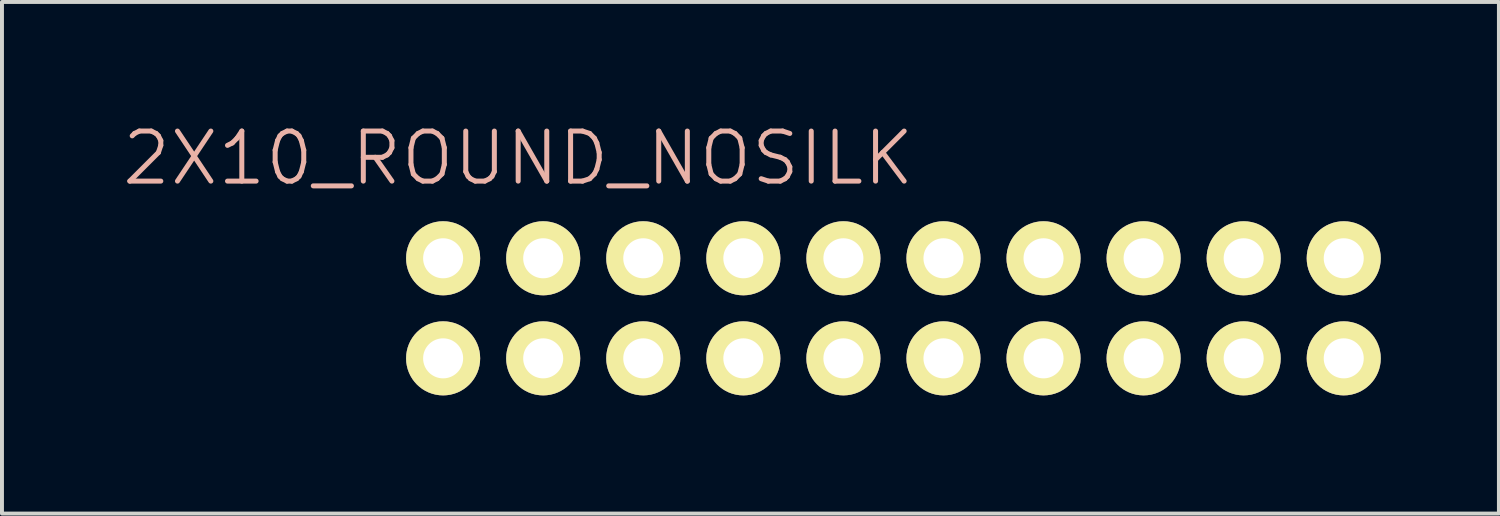
<source format=kicad_pcb>
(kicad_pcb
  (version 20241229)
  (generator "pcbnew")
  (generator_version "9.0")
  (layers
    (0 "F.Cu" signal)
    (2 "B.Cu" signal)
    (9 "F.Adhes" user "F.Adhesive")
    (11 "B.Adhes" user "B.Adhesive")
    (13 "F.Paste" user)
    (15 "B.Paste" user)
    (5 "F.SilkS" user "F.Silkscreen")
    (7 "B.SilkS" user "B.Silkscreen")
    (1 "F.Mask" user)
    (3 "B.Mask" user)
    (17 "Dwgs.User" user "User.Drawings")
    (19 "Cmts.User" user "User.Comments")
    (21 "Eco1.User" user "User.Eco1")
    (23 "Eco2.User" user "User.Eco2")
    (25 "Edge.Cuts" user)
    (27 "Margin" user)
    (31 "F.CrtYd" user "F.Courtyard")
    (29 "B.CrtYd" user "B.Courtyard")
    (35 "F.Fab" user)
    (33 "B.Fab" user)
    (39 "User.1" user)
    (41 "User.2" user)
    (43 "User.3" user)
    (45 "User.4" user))
  (footprint "2X10_ROUND_NOSILK"
    (layer "F.Cu")
    (at 19.628 4.776)
    (property "Reference" "2X10_ROUND_NOSILK" (at -9.525 -3.81 0) (layer "B.SilkS") (effects (font (size 1.27 1.27) (thickness 0.127))))
    (attr exclude_from_pos_files exclude_from_bom)
    (fp_line (start -11.684 -1.524) (end -11.176 -1.524) (stroke (width 0.066) (type solid)) (layer "F.SilkS"))
    (fp_line (start -11.684 -1.016) (end -11.684 -1.524) (stroke (width 0.066) (type solid)) (layer "F.SilkS"))
    (fp_line (start -11.684 -1.016) (end -11.176 -1.016) (stroke (width 0.066) (type solid)) (layer "F.SilkS"))
    (fp_line (start -11.684 1.016) (end -11.176 1.016) (stroke (width 0.066) (type solid)) (layer "F.SilkS"))
    (fp_line (start -11.684 1.524) (end -11.684 1.016) (stroke (width 0.066) (type solid)) (layer "F.SilkS"))
    (fp_line (start -11.684 1.524) (end -11.176 1.524) (stroke (width 0.066) (type solid)) (layer "F.SilkS"))
    (fp_line (start -11.176 -1.016) (end -11.176 -1.524) (stroke (width 0.066) (type solid)) (layer "F.SilkS"))
    (fp_line (start -11.176 1.524) (end -11.176 1.016) (stroke (width 0.066) (type solid)) (layer "F.SilkS"))
    (fp_line (start -9.144 -1.524) (end -8.636 -1.524) (stroke (width 0.066) (type solid)) (layer "F.SilkS"))
    (fp_line (start -9.144 -1.016) (end -9.144 -1.524) (stroke (width 0.066) (type solid)) (layer "F.SilkS"))
    (fp_line (start -9.144 -1.016) (end -8.636 -1.016) (stroke (width 0.066) (type solid)) (layer "F.SilkS"))
    (fp_line (start -9.144 1.016) (end -8.636 1.016) (stroke (width 0.066) (type solid)) (layer "F.SilkS"))
    (fp_line (start -9.144 1.524) (end -9.144 1.016) (stroke (width 0.066) (type solid)) (layer "F.SilkS"))
    (fp_line (start -9.144 1.524) (end -8.636 1.524) (stroke (width 0.066) (type solid)) (layer "F.SilkS"))
    (fp_line (start -8.636 -1.016) (end -8.636 -1.524) (stroke (width 0.066) (type solid)) (layer "F.SilkS"))
    (fp_line (start -8.636 1.524) (end -8.636 1.016) (stroke (width 0.066) (type solid)) (layer "F.SilkS"))
    (fp_line (start -6.604 -1.524) (end -6.096 -1.524) (stroke (width 0.066) (type solid)) (layer "F.SilkS"))
    (fp_line (start -6.604 -1.016) (end -6.604 -1.524) (stroke (width 0.066) (type solid)) (layer "F.SilkS"))
    (fp_line (start -6.604 -1.016) (end -6.096 -1.016) (stroke (width 0.066) (type solid)) (layer "F.SilkS"))
    (fp_line (start -6.604 1.016) (end -6.096 1.016) (stroke (width 0.066) (type solid)) (layer "F.SilkS"))
    (fp_line (start -6.604 1.524) (end -6.604 1.016) (stroke (width 0.066) (type solid)) (layer "F.SilkS"))
    (fp_line (start -6.604 1.524) (end -6.096 1.524) (stroke (width 0.066) (type solid)) (layer "F.SilkS"))
    (fp_line (start -6.096 -1.016) (end -6.096 -1.524) (stroke (width 0.066) (type solid)) (layer "F.SilkS"))
    (fp_line (start -6.096 1.524) (end -6.096 1.016) (stroke (width 0.066) (type solid)) (layer "F.SilkS"))
    (fp_line (start -4.064 -1.524) (end -3.556 -1.524) (stroke (width 0.066) (type solid)) (layer "F.SilkS"))
    (fp_line (start -4.064 -1.016) (end -4.064 -1.524) (stroke (width 0.066) (type solid)) (layer "F.SilkS"))
    (fp_line (start -4.064 -1.016) (end -3.556 -1.016) (stroke (width 0.066) (type solid)) (layer "F.SilkS"))
    (fp_line (start -4.064 1.016) (end -3.556 1.016) (stroke (width 0.066) (type solid)) (layer "F.SilkS"))
    (fp_line (start -4.064 1.524) (end -4.064 1.016) (stroke (width 0.066) (type solid)) (layer "F.SilkS"))
    (fp_line (start -4.064 1.524) (end -3.556 1.524) (stroke (width 0.066) (type solid)) (layer "F.SilkS"))
    (fp_line (start -3.556 -1.016) (end -3.556 -1.524) (stroke (width 0.066) (type solid)) (layer "F.SilkS"))
    (fp_line (start -3.556 1.524) (end -3.556 1.016) (stroke (width 0.066) (type solid)) (layer "F.SilkS"))
    (fp_line (start -1.524 -1.524) (end -1.016 -1.524) (stroke (width 0.066) (type solid)) (layer "F.SilkS"))
    (fp_line (start -1.524 -1.016) (end -1.524 -1.524) (stroke (width 0.066) (type solid)) (layer "F.SilkS"))
    (fp_line (start -1.524 -1.016) (end -1.016 -1.016) (stroke (width 0.066) (type solid)) (layer "F.SilkS"))
    (fp_line (start -1.524 1.016) (end -1.016 1.016) (stroke (width 0.066) (type solid)) (layer "F.SilkS"))
    (fp_line (start -1.524 1.524) (end -1.524 1.016) (stroke (width 0.066) (type solid)) (layer "F.SilkS"))
    (fp_line (start -1.524 1.524) (end -1.016 1.524) (stroke (width 0.066) (type solid)) (layer "F.SilkS"))
    (fp_line (start -1.016 -1.016) (end -1.016 -1.524) (stroke (width 0.066) (type solid)) (layer "F.SilkS"))
    (fp_line (start -1.016 1.524) (end -1.016 1.016) (stroke (width 0.066) (type solid)) (layer "F.SilkS"))
    (fp_line (start 1.016 -1.524) (end 1.524 -1.524) (stroke (width 0.066) (type solid)) (layer "F.SilkS"))
    (fp_line (start 1.016 -1.016) (end 1.016 -1.524) (stroke (width 0.066) (type solid)) (layer "F.SilkS"))
    (fp_line (start 1.016 -1.016) (end 1.524 -1.016) (stroke (width 0.066) (type solid)) (layer "F.SilkS"))
    (fp_line (start 1.016 1.016) (end 1.524 1.016) (stroke (width 0.066) (type solid)) (layer "F.SilkS"))
    (fp_line (start 1.016 1.524) (end 1.016 1.016) (stroke (width 0.066) (type solid)) (layer "F.SilkS"))
    (fp_line (start 1.016 1.524) (end 1.524 1.524) (stroke (width 0.066) (type solid)) (layer "F.SilkS"))
    (fp_line (start 1.524 -1.016) (end 1.524 -1.524) (stroke (width 0.066) (type solid)) (layer "F.SilkS"))
    (fp_line (start 1.524 1.524) (end 1.524 1.016) (stroke (width 0.066) (type solid)) (layer "F.SilkS"))
    (fp_line (start 3.556 -1.524) (end 4.064 -1.524) (stroke (width 0.066) (type solid)) (layer "F.SilkS"))
    (fp_line (start 3.556 -1.016) (end 3.556 -1.524) (stroke (width 0.066) (type solid)) (layer "F.SilkS"))
    (fp_line (start 3.556 -1.016) (end 4.064 -1.016) (stroke (width 0.066) (type solid)) (layer "F.SilkS"))
    (fp_line (start 3.556 1.016) (end 4.064 1.016) (stroke (width 0.066) (type solid)) (layer "F.SilkS"))
    (fp_line (start 3.556 1.524) (end 3.556 1.016) (stroke (width 0.066) (type solid)) (layer "F.SilkS"))
    (fp_line (start 3.556 1.524) (end 4.064 1.524) (stroke (width 0.066) (type solid)) (layer "F.SilkS"))
    (fp_line (start 4.064 -1.016) (end 4.064 -1.524) (stroke (width 0.066) (type solid)) (layer "F.SilkS"))
    (fp_line (start 4.064 1.524) (end 4.064 1.016) (stroke (width 0.066) (type solid)) (layer "F.SilkS"))
    (fp_line (start 6.096 -1.524) (end 6.604 -1.524) (stroke (width 0.066) (type solid)) (layer "F.SilkS"))
    (fp_line (start 6.096 -1.016) (end 6.096 -1.524) (stroke (width 0.066) (type solid)) (layer "F.SilkS"))
    (fp_line (start 6.096 -1.016) (end 6.604 -1.016) (stroke (width 0.066) (type solid)) (layer "F.SilkS"))
    (fp_line (start 6.096 1.016) (end 6.604 1.016) (stroke (width 0.066) (type solid)) (layer "F.SilkS"))
    (fp_line (start 6.096 1.524) (end 6.096 1.016) (stroke (width 0.066) (type solid)) (layer "F.SilkS"))
    (fp_line (start 6.096 1.524) (end 6.604 1.524) (stroke (width 0.066) (type solid)) (layer "F.SilkS"))
    (fp_line (start 6.604 -1.016) (end 6.604 -1.524) (stroke (width 0.066) (type solid)) (layer "F.SilkS"))
    (fp_line (start 6.604 1.524) (end 6.604 1.016) (stroke (width 0.066) (type solid)) (layer "F.SilkS"))
    (fp_line (start 8.636 -1.524) (end 9.144 -1.524) (stroke (width 0.066) (type solid)) (layer "F.SilkS"))
    (fp_line (start 8.636 -1.016) (end 8.636 -1.524) (stroke (width 0.066) (type solid)) (layer "F.SilkS"))
    (fp_line (start 8.636 -1.016) (end 9.144 -1.016) (stroke (width 0.066) (type solid)) (layer "F.SilkS"))
    (fp_line (start 8.636 1.016) (end 9.144 1.016) (stroke (width 0.066) (type solid)) (layer "F.SilkS"))
    (fp_line (start 8.636 1.524) (end 8.636 1.016) (stroke (width 0.066) (type solid)) (layer "F.SilkS"))
    (fp_line (start 8.636 1.524) (end 9.144 1.524) (stroke (width 0.066) (type solid)) (layer "F.SilkS"))
    (fp_line (start 9.144 -1.016) (end 9.144 -1.524) (stroke (width 0.066) (type solid)) (layer "F.SilkS"))
    (fp_line (start 9.144 1.524) (end 9.144 1.016) (stroke (width 0.066) (type solid)) (layer "F.SilkS"))
    (fp_line (start 11.176 -1.524) (end 11.684 -1.524) (stroke (width 0.066) (type solid)) (layer "F.SilkS"))
    (fp_line (start 11.176 -1.016) (end 11.176 -1.524) (stroke (width 0.066) (type solid)) (layer "F.SilkS"))
    (fp_line (start 11.176 -1.016) (end 11.684 -1.016) (stroke (width 0.066) (type solid)) (layer "F.SilkS"))
    (fp_line (start 11.176 1.016) (end 11.684 1.016) (stroke (width 0.066) (type solid)) (layer "F.SilkS"))
    (fp_line (start 11.176 1.524) (end 11.176 1.016) (stroke (width 0.066) (type solid)) (layer "F.SilkS"))
    (fp_line (start 11.176 1.524) (end 11.684 1.524) (stroke (width 0.066) (type solid)) (layer "F.SilkS"))
    (fp_line (start 11.684 -1.016) (end 11.684 -1.524) (stroke (width 0.066) (type solid)) (layer "F.SilkS"))
    (fp_line (start 11.684 1.524) (end 11.684 1.016) (stroke (width 0.066) (type solid)) (layer "F.SilkS"))
    (pad "1" thru_hole circle (at -11.43 1.27) (size 1.88 1.88) (drill 1.016) (layers "*.Cu" "F.Mask" "F.SilkS" "F.Paste"))
    (pad "2" thru_hole circle (at -11.43 -1.27) (size 1.88 1.88) (drill 1.016) (layers "*.Cu" "F.Mask" "F.SilkS" "F.Paste"))
    (pad "3" thru_hole circle (at -8.89 1.27) (size 1.88 1.88) (drill 1.016) (layers "*.Cu" "F.Mask" "F.SilkS" "F.Paste"))
    (pad "4" thru_hole circle (at -8.89 -1.27) (size 1.88 1.88) (drill 1.016) (layers "*.Cu" "F.Mask" "F.SilkS" "F.Paste"))
    (pad "5" thru_hole circle (at -6.35 1.27) (size 1.88 1.88) (drill 1.016) (layers "*.Cu" "F.Mask" "F.SilkS" "F.Paste"))
    (pad "6" thru_hole circle (at -6.35 -1.27) (size 1.88 1.88) (drill 1.016) (layers "*.Cu" "F.Mask" "F.SilkS" "F.Paste"))
    (pad "7" thru_hole circle (at -3.81 1.27) (size 1.88 1.88) (drill 1.016) (layers "*.Cu" "F.Mask" "F.SilkS" "F.Paste"))
    (pad "8" thru_hole circle (at -3.81 -1.27) (size 1.88 1.88) (drill 1.016) (layers "*.Cu" "F.Mask" "F.SilkS" "F.Paste"))
    (pad "9" thru_hole circle (at -1.27 1.27) (size 1.88 1.88) (drill 1.016) (layers "*.Cu" "F.Mask" "F.SilkS" "F.Paste"))
    (pad "10" thru_hole circle (at -1.27 -1.27) (size 1.88 1.88) (drill 1.016) (layers "*.Cu" "F.Mask" "F.SilkS" "F.Paste"))
    (pad "11" thru_hole circle (at 1.27 1.27) (size 1.88 1.88) (drill 1.016) (layers "*.Cu" "F.Mask" "F.SilkS" "F.Paste"))
    (pad "12" thru_hole circle (at 1.27 -1.27) (size 1.88 1.88) (drill 1.016) (layers "*.Cu" "F.Mask" "F.SilkS" "F.Paste"))
    (pad "13" thru_hole circle (at 3.81 1.27) (size 1.88 1.88) (drill 1.016) (layers "*.Cu" "F.Mask" "F.SilkS" "F.Paste"))
    (pad "14" thru_hole circle (at 3.81 -1.27) (size 1.88 1.88) (drill 1.016) (layers "*.Cu" "F.Mask" "F.SilkS" "F.Paste"))
    (pad "15" thru_hole circle (at 6.35 1.27) (size 1.88 1.88) (drill 1.016) (layers "*.Cu" "F.Mask" "F.SilkS" "F.Paste"))
    (pad "16" thru_hole circle (at 6.35 -1.27) (size 1.88 1.88) (drill 1.016) (layers "*.Cu" "F.Mask" "F.SilkS" "F.Paste"))
    (pad "17" thru_hole circle (at 8.89 1.27) (size 1.88 1.88) (drill 1.016) (layers "*.Cu" "F.Mask" "F.SilkS" "F.Paste"))
    (pad "18" thru_hole circle (at 8.89 -1.27) (size 1.88 1.88) (drill 1.016) (layers "*.Cu" "F.Mask" "F.SilkS" "F.Paste"))
    (pad "19" thru_hole circle (at 11.43 1.27) (size 1.88 1.88) (drill 1.016) (layers "*.Cu" "F.Mask" "F.SilkS" "F.Paste"))
    (pad "20" thru_hole circle (at 11.43 -1.27) (size 1.88 1.88) (drill 1.016) (layers "*.Cu" "F.Mask" "F.SilkS" "F.Paste")))
  (gr_rect
    (start -3 -3)
    (end 34.997 9.986)
    (stroke (width 0.1) (type default))
    (fill no)
    (layer "Edge.Cuts")))
</source>
